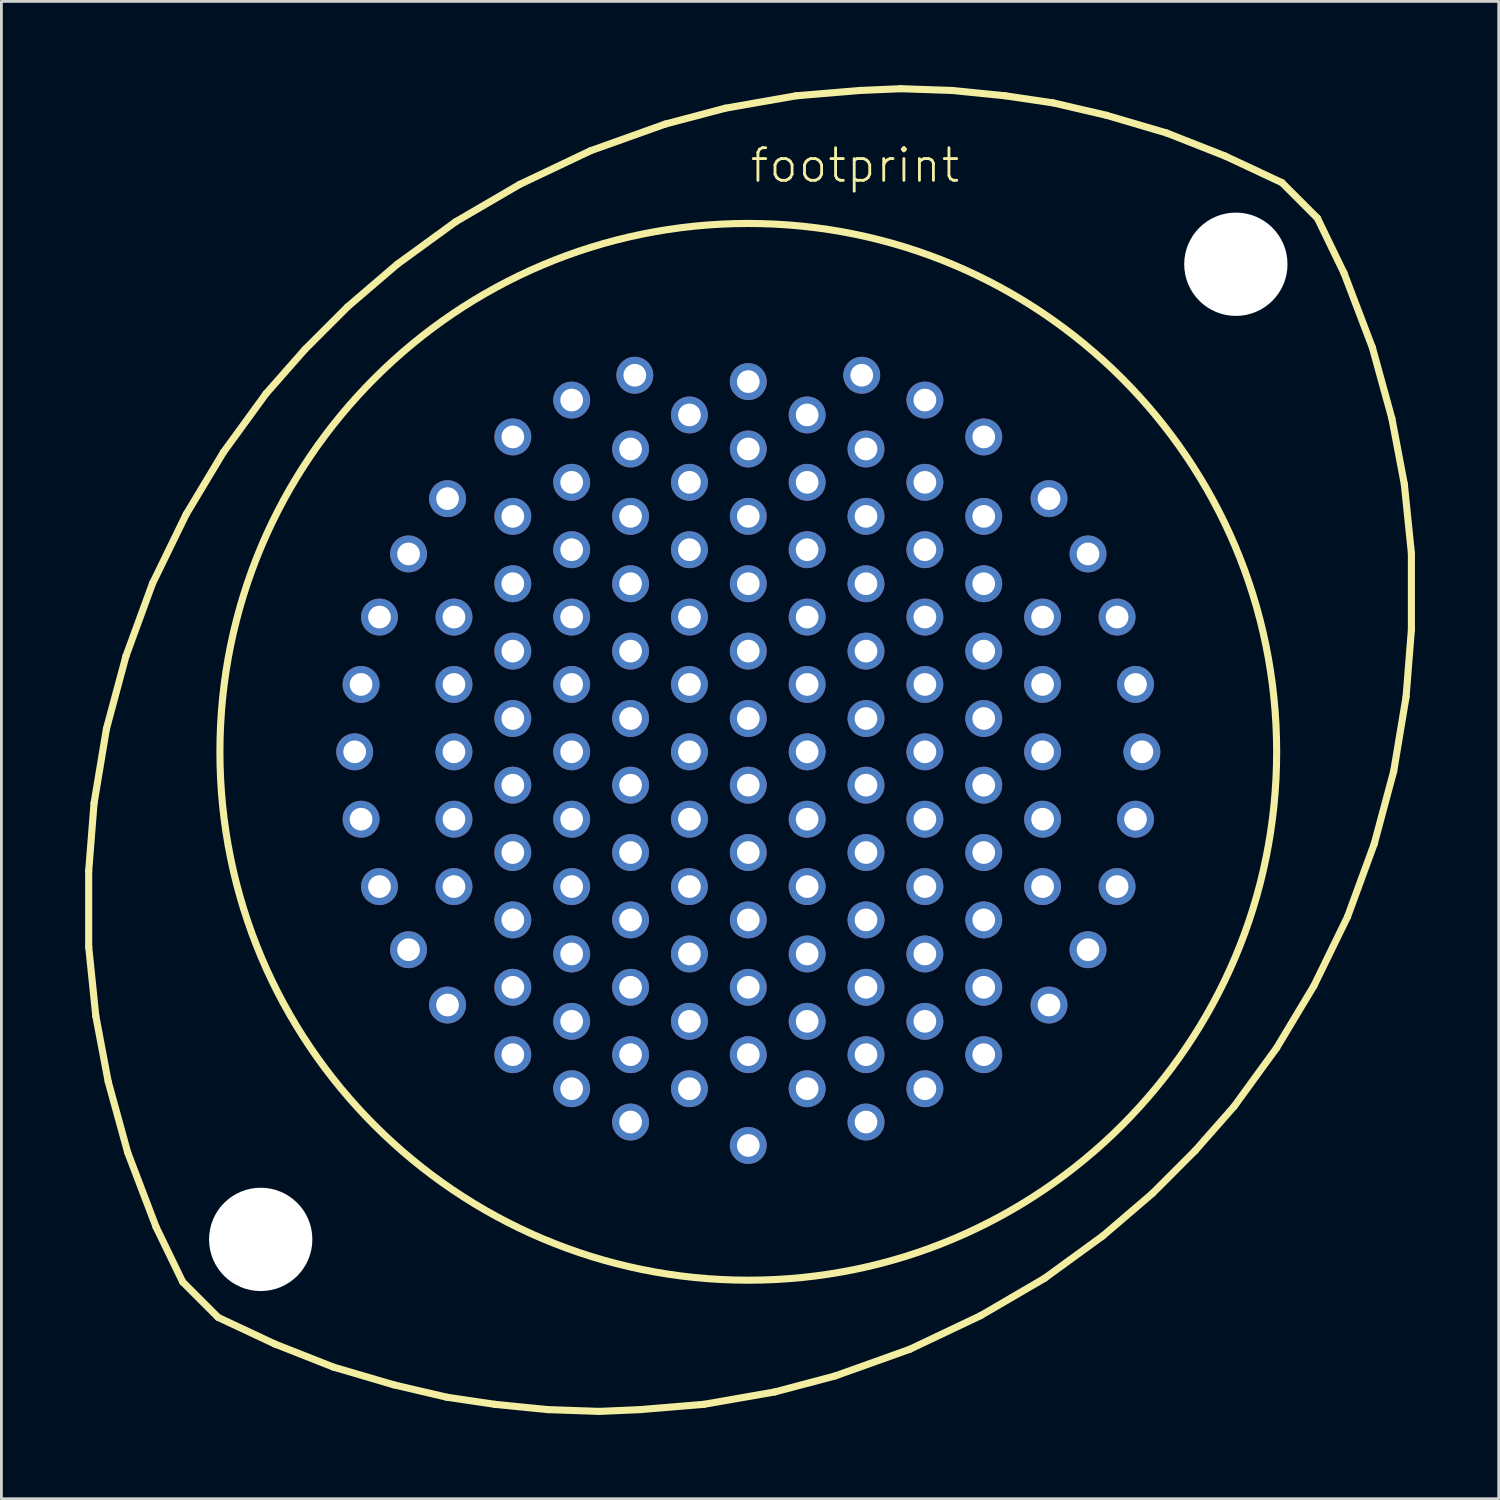
<source format=kicad_pcb>
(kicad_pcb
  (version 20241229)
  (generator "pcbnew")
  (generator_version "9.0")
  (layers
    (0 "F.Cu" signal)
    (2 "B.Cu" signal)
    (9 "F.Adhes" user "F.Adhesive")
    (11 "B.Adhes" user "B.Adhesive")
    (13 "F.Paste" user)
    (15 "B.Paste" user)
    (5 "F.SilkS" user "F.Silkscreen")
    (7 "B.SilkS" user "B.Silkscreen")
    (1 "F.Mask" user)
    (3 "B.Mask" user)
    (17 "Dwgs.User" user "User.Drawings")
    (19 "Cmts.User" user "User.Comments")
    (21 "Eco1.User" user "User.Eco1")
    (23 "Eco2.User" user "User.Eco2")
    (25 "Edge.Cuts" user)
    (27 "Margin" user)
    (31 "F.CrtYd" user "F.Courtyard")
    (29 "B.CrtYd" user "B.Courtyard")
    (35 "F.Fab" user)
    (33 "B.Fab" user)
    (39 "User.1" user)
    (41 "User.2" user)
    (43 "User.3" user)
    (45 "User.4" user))
  (footprint "footprint"
    (layer "F.Cu")
    (at 23.749 23.876)
    (property "Reference" "footprint" (at 0 -20.32 0) (layer "F.SilkS") (effects (font (size 1.168 1.168) (thickness 0.102)) (justify left bottom)))
    (fp_line (start -23.622 4.255) (end -23.431 1.841) (stroke (width 0.254) (type solid)) (layer "F.SilkS"))
    (fp_line (start -23.622 6.985) (end -23.622 4.255) (stroke (width 0.254) (type solid)) (layer "F.SilkS"))
    (fp_line (start -23.431 1.841) (end -22.987 -0.826) (stroke (width 0.254) (type solid)) (layer "F.SilkS"))
    (fp_line (start -23.368 9.461) (end -23.622 6.985) (stroke (width 0.254) (type solid)) (layer "F.SilkS"))
    (fp_line (start -22.987 -0.826) (end -22.288 -3.429) (stroke (width 0.254) (type solid)) (layer "F.SilkS"))
    (fp_line (start -22.924 11.811) (end -23.368 9.461) (stroke (width 0.254) (type solid)) (layer "F.SilkS"))
    (fp_line (start -22.288 -3.429) (end -21.336 -6.032) (stroke (width 0.254) (type solid)) (layer "F.SilkS"))
    (fp_line (start -22.225 14.351) (end -22.924 11.811) (stroke (width 0.254) (type solid)) (layer "F.SilkS"))
    (fp_line (start -21.336 -6.032) (end -20.13 -8.509) (stroke (width 0.254) (type solid)) (layer "F.SilkS"))
    (fp_line (start -21.209 17.018) (end -22.225 14.351) (stroke (width 0.254) (type solid)) (layer "F.SilkS"))
    (fp_line (start -20.256 18.986) (end -21.209 17.018) (stroke (width 0.254) (type solid)) (layer "F.SilkS"))
    (fp_line (start -20.256 18.986) (end -18.986 20.256) (stroke (width 0.254) (type solid)) (layer "F.SilkS"))
    (fp_line (start -20.13 -8.509) (end -18.796 -10.732) (stroke (width 0.254) (type solid)) (layer "F.SilkS"))
    (fp_line (start -18.796 -10.732) (end -17.272 -12.827) (stroke (width 0.254) (type solid)) (layer "F.SilkS"))
    (fp_line (start -17.272 -12.827) (end -15.875 -14.415) (stroke (width 0.254) (type solid)) (layer "F.SilkS"))
    (fp_line (start -16.954 21.209) (end -18.986 20.256) (stroke (width 0.254) (type solid)) (layer "F.SilkS"))
    (fp_line (start -15.875 -14.415) (end -14.351 -15.938) (stroke (width 0.254) (type solid)) (layer "F.SilkS"))
    (fp_line (start -14.859 22.035) (end -16.954 21.209) (stroke (width 0.254) (type solid)) (layer "F.SilkS"))
    (fp_line (start -14.351 -15.938) (end -12.573 -17.462) (stroke (width 0.254) (type solid)) (layer "F.SilkS"))
    (fp_line (start -12.7 22.669) (end -14.859 22.035) (stroke (width 0.254) (type solid)) (layer "F.SilkS"))
    (fp_line (start -12.573 -17.462) (end -10.477 -18.986) (stroke (width 0.254) (type solid)) (layer "F.SilkS"))
    (fp_line (start -10.795 23.114) (end -12.7 22.669) (stroke (width 0.254) (type solid)) (layer "F.SilkS"))
    (fp_line (start -10.477 -18.986) (end -8.191 -20.32) (stroke (width 0.254) (type solid)) (layer "F.SilkS"))
    (fp_line (start -9.081 23.368) (end -10.795 23.114) (stroke (width 0.254) (type solid)) (layer "F.SilkS"))
    (fp_line (start -8.191 -20.32) (end -5.652 -21.526) (stroke (width 0.254) (type solid)) (layer "F.SilkS"))
    (fp_line (start -7.176 23.558) (end -9.081 23.368) (stroke (width 0.254) (type solid)) (layer "F.SilkS"))
    (fp_line (start -5.652 -21.526) (end -2.985 -22.479) (stroke (width 0.254) (type solid)) (layer "F.SilkS"))
    (fp_line (start -5.334 23.622) (end -7.176 23.558) (stroke (width 0.254) (type solid)) (layer "F.SilkS"))
    (fp_line (start -3.873 23.558) (end -5.334 23.622) (stroke (width 0.254) (type solid)) (layer "F.SilkS"))
    (fp_line (start -2.985 -22.479) (end -0.826 -23.05) (stroke (width 0.254) (type solid)) (layer "F.SilkS"))
    (fp_line (start -1.587 23.368) (end -3.873 23.558) (stroke (width 0.254) (type solid)) (layer "F.SilkS"))
    (fp_line (start -0.826 -23.05) (end 1.714 -23.495) (stroke (width 0.254) (type solid)) (layer "F.SilkS"))
    (fp_line (start 0.953 22.924) (end -1.587 23.368) (stroke (width 0.254) (type solid)) (layer "F.SilkS"))
    (fp_line (start 1.714 -23.495) (end 4 -23.686) (stroke (width 0.254) (type solid)) (layer "F.SilkS"))
    (fp_line (start 3.111 22.352) (end 0.953 22.924) (stroke (width 0.254) (type solid)) (layer "F.SilkS"))
    (fp_line (start 4 -23.686) (end 5.461 -23.749) (stroke (width 0.254) (type solid)) (layer "F.SilkS"))
    (fp_line (start 5.461 -23.749) (end 7.303 -23.686) (stroke (width 0.254) (type solid)) (layer "F.SilkS"))
    (fp_line (start 5.779 21.399) (end 3.111 22.352) (stroke (width 0.254) (type solid)) (layer "F.SilkS"))
    (fp_line (start 7.303 -23.686) (end 9.207 -23.495) (stroke (width 0.254) (type solid)) (layer "F.SilkS"))
    (fp_line (start 8.319 20.193) (end 5.779 21.399) (stroke (width 0.254) (type solid)) (layer "F.SilkS"))
    (fp_line (start 9.207 -23.495) (end 10.922 -23.241) (stroke (width 0.254) (type solid)) (layer "F.SilkS"))
    (fp_line (start 10.604 18.86) (end 8.319 20.193) (stroke (width 0.254) (type solid)) (layer "F.SilkS"))
    (fp_line (start 10.922 -23.241) (end 12.827 -22.797) (stroke (width 0.254) (type solid)) (layer "F.SilkS"))
    (fp_line (start 12.7 17.335) (end 10.604 18.86) (stroke (width 0.254) (type solid)) (layer "F.SilkS"))
    (fp_line (start 12.827 -22.797) (end 14.986 -22.162) (stroke (width 0.254) (type solid)) (layer "F.SilkS"))
    (fp_line (start 14.478 15.812) (end 12.7 17.335) (stroke (width 0.254) (type solid)) (layer "F.SilkS"))
    (fp_line (start 14.986 -22.162) (end 17.081 -21.336) (stroke (width 0.254) (type solid)) (layer "F.SilkS"))
    (fp_line (start 16.002 14.287) (end 14.478 15.812) (stroke (width 0.254) (type solid)) (layer "F.SilkS"))
    (fp_line (start 17.081 -21.336) (end 19.113 -20.384) (stroke (width 0.254) (type solid)) (layer "F.SilkS"))
    (fp_line (start 17.399 12.7) (end 16.002 14.287) (stroke (width 0.254) (type solid)) (layer "F.SilkS"))
    (fp_line (start 18.923 10.604) (end 17.399 12.7) (stroke (width 0.254) (type solid)) (layer "F.SilkS"))
    (fp_line (start 19.113 -20.384) (end 20.384 -19.113) (stroke (width 0.254) (type solid)) (layer "F.SilkS"))
    (fp_line (start 20.256 8.382) (end 18.923 10.604) (stroke (width 0.254) (type solid)) (layer "F.SilkS"))
    (fp_line (start 20.384 -19.113) (end 21.336 -17.145) (stroke (width 0.254) (type solid)) (layer "F.SilkS"))
    (fp_line (start 21.336 -17.145) (end 22.352 -14.478) (stroke (width 0.254) (type solid)) (layer "F.SilkS"))
    (fp_line (start 21.463 5.905) (end 20.256 8.382) (stroke (width 0.254) (type solid)) (layer "F.SilkS"))
    (fp_line (start 22.352 -14.478) (end 23.05 -11.938) (stroke (width 0.254) (type solid)) (layer "F.SilkS"))
    (fp_line (start 22.416 3.302) (end 21.463 5.905) (stroke (width 0.254) (type solid)) (layer "F.SilkS"))
    (fp_line (start 23.05 -11.938) (end 23.495 -9.588) (stroke (width 0.254) (type solid)) (layer "F.SilkS"))
    (fp_line (start 23.114 0.699) (end 22.416 3.302) (stroke (width 0.254) (type solid)) (layer "F.SilkS"))
    (fp_line (start 23.495 -9.588) (end 23.749 -7.112) (stroke (width 0.254) (type solid)) (layer "F.SilkS"))
    (fp_line (start 23.558 -1.968) (end 23.114 0.699) (stroke (width 0.254) (type solid)) (layer "F.SilkS"))
    (fp_line (start 23.749 -7.112) (end 23.749 -4.381) (stroke (width 0.254) (type solid)) (layer "F.SilkS"))
    (fp_line (start 23.749 -4.381) (end 23.558 -1.968) (stroke (width 0.254) (type solid)) (layer "F.SilkS"))
    (fp_circle (center 0 0) (end 18.923 0) (stroke (width 0.254) (type solid)) (fill no) (layer "F.SilkS"))
    (pad "" np_thru_hole circle (at -17.462 17.462) (size 3.7 3.7) (drill 3.7) (layers "*.Cu" "*.Mask"))
    (pad "" np_thru_hole circle (at 17.462 -17.462) (size 3.7 3.7) (drill 3.7) (layers "*.Cu" "*.Mask"))
    (pad "1" thru_hole circle (at -12.167 -7.087) (size 1.321 1.321) (drill 0.813) (layers "*.Cu" "*.Mask"))
    (pad "2" thru_hole circle (at -13.208 -4.826) (size 1.321 1.321) (drill 0.813) (layers "*.Cu" "*.Mask"))
    (pad "3" thru_hole circle (at -13.868 -2.413) (size 1.321 1.321) (drill 0.813) (layers "*.Cu" "*.Mask"))
    (pad "4" thru_hole circle (at -14.097 0) (size 1.321 1.321) (drill 0.813) (layers "*.Cu" "*.Mask"))
    (pad "5" thru_hole circle (at -13.868 2.413) (size 1.321 1.321) (drill 0.813) (layers "*.Cu" "*.Mask"))
    (pad "6" thru_hole circle (at -13.208 4.826) (size 1.321 1.321) (drill 0.813) (layers "*.Cu" "*.Mask"))
    (pad "7" thru_hole circle (at -12.167 7.087) (size 1.321 1.321) (drill 0.813) (layers "*.Cu" "*.Mask"))
    (pad "8" thru_hole circle (at -10.77 -9.068) (size 1.321 1.321) (drill 0.813) (layers "*.Cu" "*.Mask"))
    (pad "9" thru_hole circle (at -10.541 -4.826) (size 1.321 1.321) (drill 0.813) (layers "*.Cu" "*.Mask"))
    (pad "10" thru_hole circle (at -10.541 -2.413) (size 1.321 1.321) (drill 0.813) (layers "*.Cu" "*.Mask"))
    (pad "11" thru_hole circle (at -10.541 0) (size 1.321 1.321) (drill 0.813) (layers "*.Cu" "*.Mask"))
    (pad "12" thru_hole circle (at -10.541 2.413) (size 1.321 1.321) (drill 0.813) (layers "*.Cu" "*.Mask"))
    (pad "13" thru_hole circle (at -10.541 4.826) (size 1.321 1.321) (drill 0.813) (layers "*.Cu" "*.Mask"))
    (pad "14" thru_hole circle (at -10.77 9.068) (size 1.321 1.321) (drill 0.813) (layers "*.Cu" "*.Mask"))
    (pad "15" thru_hole circle (at -8.433 -11.278) (size 1.321 1.321) (drill 0.813) (layers "*.Cu" "*.Mask"))
    (pad "16" thru_hole circle (at -8.433 -8.433) (size 1.321 1.321) (drill 0.813) (layers "*.Cu" "*.Mask"))
    (pad "17" thru_hole circle (at -8.433 -6.02) (size 1.321 1.321) (drill 0.813) (layers "*.Cu" "*.Mask"))
    (pad "18" thru_hole circle (at -8.433 -3.607) (size 1.321 1.321) (drill 0.813) (layers "*.Cu" "*.Mask"))
    (pad "19" thru_hole circle (at -8.433 -1.194) (size 1.321 1.321) (drill 0.813) (layers "*.Cu" "*.Mask"))
    (pad "20" thru_hole circle (at -8.433 1.194) (size 1.321 1.321) (drill 0.813) (layers "*.Cu" "*.Mask"))
    (pad "21" thru_hole circle (at -8.433 3.607) (size 1.321 1.321) (drill 0.813) (layers "*.Cu" "*.Mask"))
    (pad "22" thru_hole circle (at -8.433 6.02) (size 1.321 1.321) (drill 0.813) (layers "*.Cu" "*.Mask"))
    (pad "23" thru_hole circle (at -8.433 8.433) (size 1.321 1.321) (drill 0.813) (layers "*.Cu" "*.Mask"))
    (pad "24" thru_hole circle (at -8.433 10.846) (size 1.321 1.321) (drill 0.813) (layers "*.Cu" "*.Mask"))
    (pad "25" thru_hole circle (at -6.325 -12.598) (size 1.321 1.321) (drill 0.813) (layers "*.Cu" "*.Mask"))
    (pad "26" thru_hole circle (at -6.325 -9.652) (size 1.321 1.321) (drill 0.813) (layers "*.Cu" "*.Mask"))
    (pad "27" thru_hole circle (at -6.325 -7.239) (size 1.321 1.321) (drill 0.813) (layers "*.Cu" "*.Mask"))
    (pad "28" thru_hole circle (at -6.325 -4.826) (size 1.321 1.321) (drill 0.813) (layers "*.Cu" "*.Mask"))
    (pad "29" thru_hole circle (at -6.325 -2.413) (size 1.321 1.321) (drill 0.813) (layers "*.Cu" "*.Mask"))
    (pad "30" thru_hole circle (at -6.325 0) (size 1.321 1.321) (drill 0.813) (layers "*.Cu" "*.Mask"))
    (pad "31" thru_hole circle (at -6.325 2.413) (size 1.321 1.321) (drill 0.813) (layers "*.Cu" "*.Mask"))
    (pad "32" thru_hole circle (at -6.325 4.826) (size 1.321 1.321) (drill 0.813) (layers "*.Cu" "*.Mask"))
    (pad "33" thru_hole circle (at -6.325 7.239) (size 1.321 1.321) (drill 0.813) (layers "*.Cu" "*.Mask"))
    (pad "34" thru_hole circle (at -6.325 9.652) (size 1.321 1.321) (drill 0.813) (layers "*.Cu" "*.Mask"))
    (pad "35" thru_hole circle (at -6.325 12.065) (size 1.321 1.321) (drill 0.813) (layers "*.Cu" "*.Mask"))
    (pad "36" thru_hole circle (at -4.064 -13.487) (size 1.321 1.321) (drill 0.813) (layers "*.Cu" "*.Mask"))
    (pad "37" thru_hole circle (at -4.216 -10.846) (size 1.321 1.321) (drill 0.813) (layers "*.Cu" "*.Mask"))
    (pad "38" thru_hole circle (at -4.216 -8.433) (size 1.321 1.321) (drill 0.813) (layers "*.Cu" "*.Mask"))
    (pad "39" thru_hole circle (at -4.216 -6.02) (size 1.321 1.321) (drill 0.813) (layers "*.Cu" "*.Mask"))
    (pad "40" thru_hole circle (at -4.216 -3.607) (size 1.321 1.321) (drill 0.813) (layers "*.Cu" "*.Mask"))
    (pad "41" thru_hole circle (at -4.216 -1.194) (size 1.321 1.321) (drill 0.813) (layers "*.Cu" "*.Mask"))
    (pad "42" thru_hole circle (at -4.216 1.194) (size 1.321 1.321) (drill 0.813) (layers "*.Cu" "*.Mask"))
    (pad "43" thru_hole circle (at -4.216 3.607) (size 1.321 1.321) (drill 0.813) (layers "*.Cu" "*.Mask"))
    (pad "44" thru_hole circle (at -4.216 6.02) (size 1.321 1.321) (drill 0.813) (layers "*.Cu" "*.Mask"))
    (pad "45" thru_hole circle (at -4.216 8.433) (size 1.321 1.321) (drill 0.813) (layers "*.Cu" "*.Mask"))
    (pad "46" thru_hole circle (at -4.216 10.846) (size 1.321 1.321) (drill 0.813) (layers "*.Cu" "*.Mask"))
    (pad "47" thru_hole circle (at -4.216 13.259) (size 1.321 1.321) (drill 0.813) (layers "*.Cu" "*.Mask"))
    (pad "48" thru_hole circle (at -2.108 -12.065) (size 1.321 1.321) (drill 0.813) (layers "*.Cu" "*.Mask"))
    (pad "49" thru_hole circle (at -2.108 -9.652) (size 1.321 1.321) (drill 0.813) (layers "*.Cu" "*.Mask"))
    (pad "50" thru_hole circle (at -2.108 -7.239) (size 1.321 1.321) (drill 0.813) (layers "*.Cu" "*.Mask"))
    (pad "51" thru_hole circle (at -2.108 -4.826) (size 1.321 1.321) (drill 0.813) (layers "*.Cu" "*.Mask"))
    (pad "52" thru_hole circle (at -2.108 -2.413) (size 1.321 1.321) (drill 0.813) (layers "*.Cu" "*.Mask"))
    (pad "53" thru_hole circle (at -2.108 0) (size 1.321 1.321) (drill 0.813) (layers "*.Cu" "*.Mask"))
    (pad "54" thru_hole circle (at -2.108 2.413) (size 1.321 1.321) (drill 0.813) (layers "*.Cu" "*.Mask"))
    (pad "55" thru_hole circle (at -2.108 4.826) (size 1.321 1.321) (drill 0.813) (layers "*.Cu" "*.Mask"))
    (pad "56" thru_hole circle (at -2.108 7.239) (size 1.321 1.321) (drill 0.813) (layers "*.Cu" "*.Mask"))
    (pad "57" thru_hole circle (at -2.108 9.652) (size 1.321 1.321) (drill 0.813) (layers "*.Cu" "*.Mask"))
    (pad "58" thru_hole circle (at -2.108 12.065) (size 1.321 1.321) (drill 0.813) (layers "*.Cu" "*.Mask"))
    (pad "59" thru_hole circle (at 0 -13.259) (size 1.321 1.321) (drill 0.813) (layers "*.Cu" "*.Mask"))
    (pad "60" thru_hole circle (at 0 -10.846) (size 1.321 1.321) (drill 0.813) (layers "*.Cu" "*.Mask"))
    (pad "61" thru_hole circle (at 0 -8.433) (size 1.321 1.321) (drill 0.813) (layers "*.Cu" "*.Mask"))
    (pad "62" thru_hole circle (at 0 -6.02) (size 1.321 1.321) (drill 0.813) (layers "*.Cu" "*.Mask"))
    (pad "63" thru_hole circle (at 0 -3.607) (size 1.321 1.321) (drill 0.813) (layers "*.Cu" "*.Mask"))
    (pad "64" thru_hole circle (at 0 -1.194) (size 1.321 1.321) (drill 0.813) (layers "*.Cu" "*.Mask"))
    (pad "65" thru_hole circle (at 0 1.194) (size 1.321 1.321) (drill 0.813) (layers "*.Cu" "*.Mask"))
    (pad "66" thru_hole circle (at 0 3.607) (size 1.321 1.321) (drill 0.813) (layers "*.Cu" "*.Mask"))
    (pad "67" thru_hole circle (at 0 6.02) (size 1.321 1.321) (drill 0.813) (layers "*.Cu" "*.Mask"))
    (pad "68" thru_hole circle (at 0 8.433) (size 1.321 1.321) (drill 0.813) (layers "*.Cu" "*.Mask"))
    (pad "69" thru_hole circle (at 0 10.846) (size 1.321 1.321) (drill 0.813) (layers "*.Cu" "*.Mask"))
    (pad "70" thru_hole circle (at 0 14.097) (size 1.321 1.321) (drill 0.813) (layers "*.Cu" "*.Mask"))
    (pad "71" thru_hole circle (at 2.108 -12.065) (size 1.321 1.321) (drill 0.813) (layers "*.Cu" "*.Mask"))
    (pad "72" thru_hole circle (at 2.108 -9.652) (size 1.321 1.321) (drill 0.813) (layers "*.Cu" "*.Mask"))
    (pad "73" thru_hole circle (at 2.108 -7.239) (size 1.321 1.321) (drill 0.813) (layers "*.Cu" "*.Mask"))
    (pad "74" thru_hole circle (at 2.108 -4.826) (size 1.321 1.321) (drill 0.813) (layers "*.Cu" "*.Mask"))
    (pad "75" thru_hole circle (at 2.108 -2.413) (size 1.321 1.321) (drill 0.813) (layers "*.Cu" "*.Mask"))
    (pad "76" thru_hole circle (at 2.108 0) (size 1.321 1.321) (drill 0.813) (layers "*.Cu" "*.Mask"))
    (pad "77" thru_hole circle (at 2.108 2.413) (size 1.321 1.321) (drill 0.813) (layers "*.Cu" "*.Mask"))
    (pad "78" thru_hole circle (at 2.108 4.826) (size 1.321 1.321) (drill 0.813) (layers "*.Cu" "*.Mask"))
    (pad "79" thru_hole circle (at 2.108 7.239) (size 1.321 1.321) (drill 0.813) (layers "*.Cu" "*.Mask"))
    (pad "80" thru_hole circle (at 2.108 9.652) (size 1.321 1.321) (drill 0.813) (layers "*.Cu" "*.Mask"))
    (pad "81" thru_hole circle (at 2.108 12.065) (size 1.321 1.321) (drill 0.813) (layers "*.Cu" "*.Mask"))
    (pad "82" thru_hole circle (at 4.064 -13.487) (size 1.321 1.321) (drill 0.813) (layers "*.Cu" "*.Mask"))
    (pad "83" thru_hole circle (at 4.216 -10.846) (size 1.321 1.321) (drill 0.813) (layers "*.Cu" "*.Mask"))
    (pad "84" thru_hole circle (at 4.216 -8.433) (size 1.321 1.321) (drill 0.813) (layers "*.Cu" "*.Mask"))
    (pad "85" thru_hole circle (at 4.216 -6.02) (size 1.321 1.321) (drill 0.813) (layers "*.Cu" "*.Mask"))
    (pad "86" thru_hole circle (at 4.216 -3.607) (size 1.321 1.321) (drill 0.813) (layers "*.Cu" "*.Mask"))
    (pad "87" thru_hole circle (at 4.216 -1.194) (size 1.321 1.321) (drill 0.813) (layers "*.Cu" "*.Mask"))
    (pad "88" thru_hole circle (at 4.216 1.194) (size 1.321 1.321) (drill 0.813) (layers "*.Cu" "*.Mask"))
    (pad "89" thru_hole circle (at 4.216 3.607) (size 1.321 1.321) (drill 0.813) (layers "*.Cu" "*.Mask"))
    (pad "90" thru_hole circle (at 4.216 6.02) (size 1.321 1.321) (drill 0.813) (layers "*.Cu" "*.Mask"))
    (pad "91" thru_hole circle (at 4.216 8.433) (size 1.321 1.321) (drill 0.813) (layers "*.Cu" "*.Mask"))
    (pad "92" thru_hole circle (at 4.216 10.846) (size 1.321 1.321) (drill 0.813) (layers "*.Cu" "*.Mask"))
    (pad "93" thru_hole circle (at 4.216 13.259) (size 1.321 1.321) (drill 0.813) (layers "*.Cu" "*.Mask"))
    (pad "94" thru_hole circle (at 6.325 -12.598) (size 1.321 1.321) (drill 0.813) (layers "*.Cu" "*.Mask"))
    (pad "95" thru_hole circle (at 6.325 -9.652) (size 1.321 1.321) (drill 0.813) (layers "*.Cu" "*.Mask"))
    (pad "96" thru_hole circle (at 6.325 -7.239) (size 1.321 1.321) (drill 0.813) (layers "*.Cu" "*.Mask"))
    (pad "97" thru_hole circle (at 6.325 -4.826) (size 1.321 1.321) (drill 0.813) (layers "*.Cu" "*.Mask"))
    (pad "98" thru_hole circle (at 6.325 -2.413) (size 1.321 1.321) (drill 0.813) (layers "*.Cu" "*.Mask"))
    (pad "99" thru_hole circle (at 6.325 0) (size 1.321 1.321) (drill 0.813) (layers "*.Cu" "*.Mask"))
    (pad "100" thru_hole circle (at 6.325 2.413) (size 1.321 1.321) (drill 0.813) (layers "*.Cu" "*.Mask"))
    (pad "101" thru_hole circle (at 6.325 4.826) (size 1.321 1.321) (drill 0.813) (layers "*.Cu" "*.Mask"))
    (pad "102" thru_hole circle (at 6.325 7.239) (size 1.321 1.321) (drill 0.813) (layers "*.Cu" "*.Mask"))
    (pad "103" thru_hole circle (at 6.325 9.652) (size 1.321 1.321) (drill 0.813) (layers "*.Cu" "*.Mask"))
    (pad "104" thru_hole circle (at 6.325 12.065) (size 1.321 1.321) (drill 0.813) (layers "*.Cu" "*.Mask"))
    (pad "105" thru_hole circle (at 8.433 -11.278) (size 1.321 1.321) (drill 0.813) (layers "*.Cu" "*.Mask"))
    (pad "106" thru_hole circle (at 8.433 -8.433) (size 1.321 1.321) (drill 0.813) (layers "*.Cu" "*.Mask"))
    (pad "107" thru_hole circle (at 8.433 -6.02) (size 1.321 1.321) (drill 0.813) (layers "*.Cu" "*.Mask"))
    (pad "108" thru_hole circle (at 8.433 -3.607) (size 1.321 1.321) (drill 0.813) (layers "*.Cu" "*.Mask"))
    (pad "109" thru_hole circle (at 8.433 -1.194) (size 1.321 1.321) (drill 0.813) (layers "*.Cu" "*.Mask"))
    (pad "110" thru_hole circle (at 8.433 1.194) (size 1.321 1.321) (drill 0.813) (layers "*.Cu" "*.Mask"))
    (pad "111" thru_hole circle (at 8.433 3.607) (size 1.321 1.321) (drill 0.813) (layers "*.Cu" "*.Mask"))
    (pad "112" thru_hole circle (at 8.433 6.02) (size 1.321 1.321) (drill 0.813) (layers "*.Cu" "*.Mask"))
    (pad "113" thru_hole circle (at 8.433 8.433) (size 1.321 1.321) (drill 0.813) (layers "*.Cu" "*.Mask"))
    (pad "114" thru_hole circle (at 8.433 10.846) (size 1.321 1.321) (drill 0.813) (layers "*.Cu" "*.Mask"))
    (pad "115" thru_hole circle (at 10.77 -9.068) (size 1.321 1.321) (drill 0.813) (layers "*.Cu" "*.Mask"))
    (pad "116" thru_hole circle (at 10.541 -4.826) (size 1.321 1.321) (drill 0.813) (layers "*.Cu" "*.Mask"))
    (pad "117" thru_hole circle (at 10.541 -2.413) (size 1.321 1.321) (drill 0.813) (layers "*.Cu" "*.Mask"))
    (pad "118" thru_hole circle (at 10.541 0) (size 1.321 1.321) (drill 0.813) (layers "*.Cu" "*.Mask"))
    (pad "119" thru_hole circle (at 10.541 2.413) (size 1.321 1.321) (drill 0.813) (layers "*.Cu" "*.Mask"))
    (pad "120" thru_hole circle (at 10.541 4.826) (size 1.321 1.321) (drill 0.813) (layers "*.Cu" "*.Mask"))
    (pad "121" thru_hole circle (at 10.77 9.068) (size 1.321 1.321) (drill 0.813) (layers "*.Cu" "*.Mask"))
    (pad "122" thru_hole circle (at 12.167 -7.087) (size 1.321 1.321) (drill 0.813) (layers "*.Cu" "*.Mask"))
    (pad "123" thru_hole circle (at 13.208 -4.826) (size 1.321 1.321) (drill 0.813) (layers "*.Cu" "*.Mask"))
    (pad "124" thru_hole circle (at 13.868 -2.413) (size 1.321 1.321) (drill 0.813) (layers "*.Cu" "*.Mask"))
    (pad "125" thru_hole circle (at 14.097 0) (size 1.321 1.321) (drill 0.813) (layers "*.Cu" "*.Mask"))
    (pad "126" thru_hole circle (at 13.868 2.413) (size 1.321 1.321) (drill 0.813) (layers "*.Cu" "*.Mask"))
    (pad "127" thru_hole circle (at 13.208 4.826) (size 1.321 1.321) (drill 0.813) (layers "*.Cu" "*.Mask"))
    (pad "128" thru_hole circle (at 12.167 7.087) (size 1.321 1.321) (drill 0.813) (layers "*.Cu" "*.Mask")))
  (gr_rect
    (start -3 -3)
    (end 50.625 50.625)
    (stroke (width 0.1) (type default))
    (fill no)
    (layer "Edge.Cuts")))
</source>
